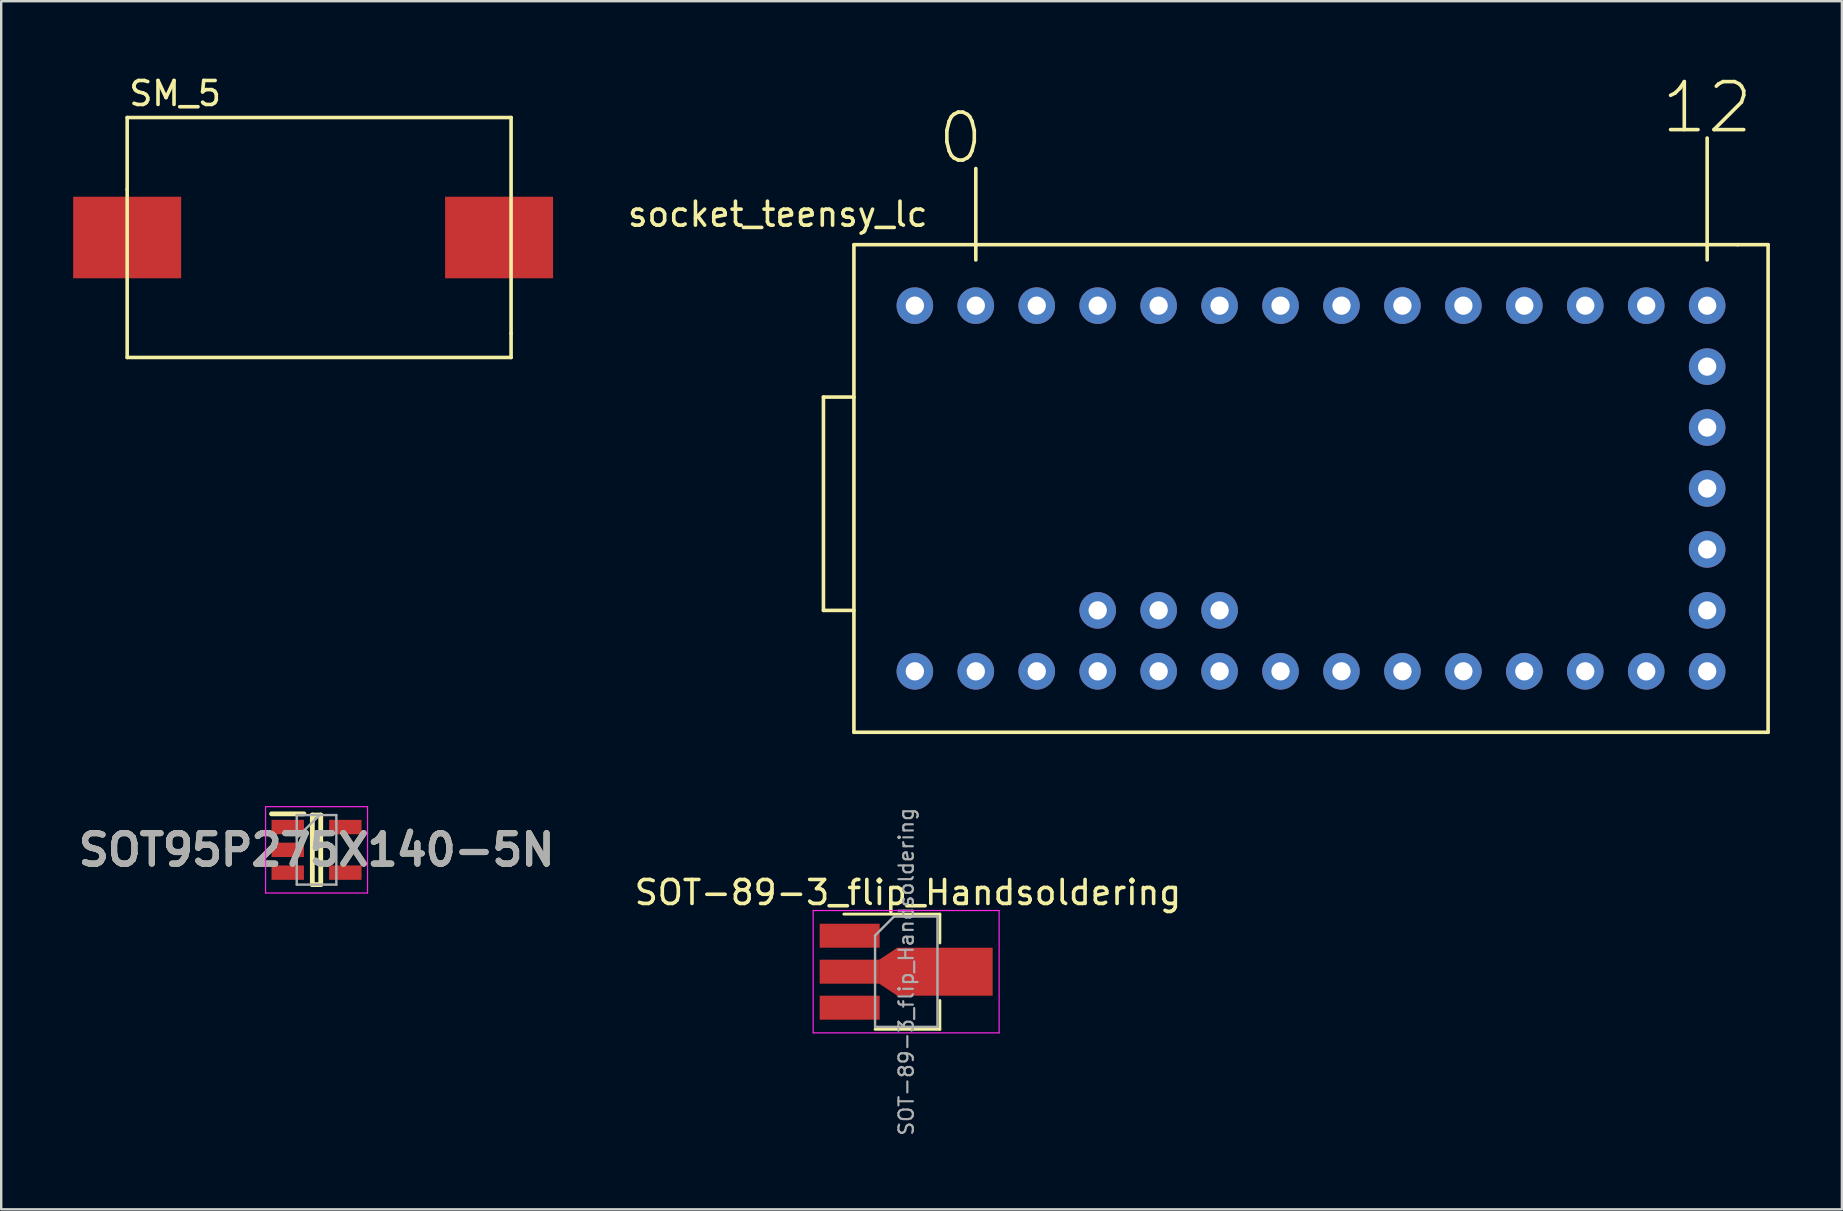
<source format=kicad_pcb>
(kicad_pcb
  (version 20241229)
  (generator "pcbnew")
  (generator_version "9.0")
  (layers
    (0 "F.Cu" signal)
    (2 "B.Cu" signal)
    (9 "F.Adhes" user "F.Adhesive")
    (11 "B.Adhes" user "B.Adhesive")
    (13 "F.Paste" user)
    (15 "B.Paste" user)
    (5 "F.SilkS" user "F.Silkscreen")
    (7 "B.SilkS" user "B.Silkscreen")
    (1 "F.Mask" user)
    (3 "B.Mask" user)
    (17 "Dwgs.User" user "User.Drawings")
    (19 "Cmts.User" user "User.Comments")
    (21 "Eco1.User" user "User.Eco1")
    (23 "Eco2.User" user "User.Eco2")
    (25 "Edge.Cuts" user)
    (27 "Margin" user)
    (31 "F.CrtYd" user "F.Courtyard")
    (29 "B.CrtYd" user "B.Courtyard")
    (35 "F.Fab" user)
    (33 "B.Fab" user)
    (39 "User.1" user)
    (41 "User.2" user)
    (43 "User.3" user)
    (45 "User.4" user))
  (footprint "SOT95P275X140-5N"
    (layer "F.Cu")
    (at 10.142 32.368)
    (property "Reference" "SOT95P275X140-5N" (at 0 0 0) (layer "F.SilkS") (effects (font (size 1.27 1.27) (thickness 0.254))))
    (attr smd)
    (fp_line (start -1.875 -1.5) (end -0.525 -1.5) (stroke (width 0.2) (type solid)) (layer "F.SilkS"))
    (fp_line (start -0.175 -1.45) (end 0.175 -1.45) (stroke (width 0.2) (type solid)) (layer "F.SilkS"))
    (fp_line (start -0.175 1.45) (end -0.175 -1.45) (stroke (width 0.2) (type solid)) (layer "F.SilkS"))
    (fp_line (start 0.175 -1.45) (end 0.175 1.45) (stroke (width 0.2) (type solid)) (layer "F.SilkS"))
    (fp_line (start 0.175 1.45) (end -0.175 1.45) (stroke (width 0.2) (type solid)) (layer "F.SilkS"))
    (fp_line (start -2.125 -1.8) (end 2.125 -1.8) (stroke (width 0.05) (type solid)) (layer "F.CrtYd"))
    (fp_line (start -2.125 1.8) (end -2.125 -1.8) (stroke (width 0.05) (type solid)) (layer "F.CrtYd"))
    (fp_line (start 2.125 -1.8) (end 2.125 1.8) (stroke (width 0.05) (type solid)) (layer "F.CrtYd"))
    (fp_line (start 2.125 1.8) (end -2.125 1.8) (stroke (width 0.05) (type solid)) (layer "F.CrtYd"))
    (fp_line (start -0.825 -1.45) (end 0.825 -1.45) (stroke (width 0.1) (type solid)) (layer "F.Fab"))
    (fp_line (start -0.825 -0.5) (end 0.125 -1.45) (stroke (width 0.1) (type solid)) (layer "F.Fab"))
    (fp_line (start -0.825 1.45) (end -0.825 -1.45) (stroke (width 0.1) (type solid)) (layer "F.Fab"))
    (fp_line (start 0.825 -1.45) (end 0.825 1.45) (stroke (width 0.1) (type solid)) (layer "F.Fab"))
    (fp_line (start 0.825 1.45) (end -0.825 1.45) (stroke (width 0.1) (type solid)) (layer "F.Fab"))
    (fp_text user "${REFERENCE}" (at 0 0 0) (layer "F.Fab") (effects (font (size 1.27 1.27) (thickness 0.254))))
    (pad "1" smd rect (at -1.2 -0.95 90) (size 0.6 1.35) (layers "F.Cu" "F.Mask" "F.Paste"))
    (pad "2" smd rect (at -1.2 0 90) (size 0.6 1.35) (layers "F.Cu" "F.Mask" "F.Paste"))
    (pad "3" smd rect (at -1.2 0.95 90) (size 0.6 1.35) (layers "F.Cu" "F.Mask" "F.Paste"))
    (pad "4" smd rect (at 1.2 0.95 90) (size 0.6 1.35) (layers "F.Cu" "F.Mask" "F.Paste"))
    (pad "5" smd rect (at 1.2 -0.95 90) (size 0.6 1.35) (layers "F.Cu" "F.Mask" "F.Paste")))
  (footprint "SOT-89-3_flip_Handsoldering"
    (layer "F.Cu")
    (at 34.34 37.447)
    (property "Reference" "SOT-89-3_flip_Handsoldering" (at 0.45 -3.3 0) (layer "F.SilkS") (effects (font (size 1 1) (thickness 0.15))))
    (attr smd)
    (fp_line (start -2.22 -2.4) (end 1.78 -2.4) (stroke (width 0.12) (type solid)) (layer "F.SilkS"))
    (fp_line (start 1.78 -2.4) (end 1.78 -1.2) (stroke (width 0.12) (type solid)) (layer "F.SilkS"))
    (fp_line (start 1.78 1.2) (end 1.78 2.4) (stroke (width 0.12) (type solid)) (layer "F.SilkS"))
    (fp_line (start 1.78 2.4) (end -0.92 2.4) (stroke (width 0.12) (type solid)) (layer "F.SilkS"))
    (fp_line (start -3.5 -2.55) (end -3.5 2.55) (stroke (width 0.05) (type solid)) (layer "F.CrtYd"))
    (fp_line (start -3.5 2.55) (end 4.25 2.55) (stroke (width 0.05) (type solid)) (layer "F.CrtYd"))
    (fp_line (start 4.25 -2.55) (end -3.5 -2.55) (stroke (width 0.05) (type solid)) (layer "F.CrtYd"))
    (fp_line (start 4.25 2.55) (end 4.25 -2.55) (stroke (width 0.05) (type solid)) (layer "F.CrtYd"))
    (fp_line (start -0.92 -1.51) (end -0.13 -2.3) (stroke (width 0.1) (type solid)) (layer "F.Fab"))
    (fp_line (start -0.92 2.3) (end -0.92 -1.51) (stroke (width 0.1) (type solid)) (layer "F.Fab"))
    (fp_line (start -0.13 -2.3) (end 1.68 -2.3) (stroke (width 0.1) (type solid)) (layer "F.Fab"))
    (fp_line (start 1.68 -2.3) (end 1.68 2.3) (stroke (width 0.1) (type solid)) (layer "F.Fab"))
    (fp_line (start 1.68 2.3) (end -0.92 2.3) (stroke (width 0.1) (type solid)) (layer "F.Fab"))
    (fp_text user "${REFERENCE}" (at 0.38 0 90) (layer "F.Fab") (effects (font (size 0.6 0.6) (thickness 0.09))))
    (pad "1" smd rect (at -1.98 1.5 270) (size 1 2.5) (layers "F.Cu" "F.Mask" "F.Paste"))
    (pad "2" smd rect (at -1.98 0 270) (size 1 2.5) (layers "F.Cu" "F.Mask" "F.Paste"))
    (pad "2" smd trapezoid (at -0.37 0 90) (size 1.5 0.75) (rect_delta 0 0.5) (layers "F.Cu" "F.Mask" "F.Paste"))
    (pad "2" smd rect (at 1.98 0 270) (size 2 4) (layers "F.Cu" "F.Mask" "F.Paste"))
    (pad "3" smd rect (at -1.98 -1.5 270) (size 1 2.5) (layers "F.Cu" "F.Mask" "F.Paste")))
  (footprint "SM_5"
    (layer "F.Cu")
    (at 2.25 6.848)
    (property "Reference" "SM_5" (at 2 -6 0) (layer "F.SilkS") (effects (font (size 1 1) (thickness 0.15))))
    (attr through_hole)
    (fp_line (start 0 -5) (end 16 -5) (stroke (width 0.15) (type solid)) (layer "F.SilkS"))
    (fp_line (start 0 -2) (end 0 -5) (stroke (width 0.15) (type solid)) (layer "F.SilkS"))
    (fp_line (start 0 5) (end 0 -2) (stroke (width 0.15) (type solid)) (layer "F.SilkS"))
    (fp_line (start 16 -5) (end 16 4) (stroke (width 0.15) (type solid)) (layer "F.SilkS"))
    (fp_line (start 16 4) (end 16 5) (stroke (width 0.15) (type solid)) (layer "F.SilkS"))
    (fp_line (start 16 5) (end 0 5) (stroke (width 0.15) (type solid)) (layer "F.SilkS"))
    (pad "1" smd rect (at 0 0) (size 4.5 3.4) (layers "F.Cu" "F.Mask" "F.Paste"))
    (pad "2" smd rect (at 15.5 0) (size 4.5 3.4) (layers "F.Cu" "F.Mask" "F.Paste")))
  (footprint "socket_teensy_lc"
    (layer "F.Cu")
    (at 35.078 9.688)
    (property "Reference" "socket_teensy_lc" (at -5.715 -3.81 0) (layer "F.SilkS") (effects (font (size 1 1) (thickness 0.15))))
    (attr through_hole)
    (fp_line (start -3.81 3.81) (end -2.54 3.81) (stroke (width 0.15) (type solid)) (layer "F.SilkS"))
    (fp_line (start -3.81 12.7) (end -3.81 3.81) (stroke (width 0.15) (type solid)) (layer "F.SilkS"))
    (fp_line (start -3.81 12.7) (end -2.54 12.7) (stroke (width 0.15) (type solid)) (layer "F.SilkS"))
    (fp_line (start -2.54 -2.54) (end -2.54 17.78) (stroke (width 0.15) (type solid)) (layer "F.SilkS"))
    (fp_line (start -2.54 17.78) (end 35.56 17.78) (stroke (width 0.15) (type solid)) (layer "F.SilkS"))
    (fp_line (start 2.54 -1.905) (end 2.54 -5.715) (stroke (width 0.15) (type solid)) (layer "F.SilkS"))
    (fp_line (start 33.02 -1.905) (end 33.02 -6.985) (stroke (width 0.15) (type solid)) (layer "F.SilkS"))
    (fp_line (start 34.29 -2.54) (end -2.54 -2.54) (stroke (width 0.15) (type solid)) (layer "F.SilkS"))
    (fp_line (start 35.56 -2.54) (end 34.29 -2.54) (stroke (width 0.15) (type solid)) (layer "F.SilkS"))
    (fp_line (start 35.56 17.78) (end 35.56 -2.54) (stroke (width 0.15) (type solid)) (layer "F.SilkS"))
    (fp_text user "12" (at 33.02 -8.255 0) (layer "F.SilkS") (effects (font (size 2 2) (thickness 0.15))))
    (fp_text user "0" (at 1.905 -6.985 0) (layer "F.SilkS") (effects (font (size 2 2) (thickness 0.15))))
    (pad "0" thru_hole circle (at 2.54 0) (size 1.524 1.524) (drill 0.762) (layers "*.Cu" "*.Mask"))
    (pad "1" thru_hole circle (at 5.08 0) (size 1.524 1.524) (drill 0.762) (layers "*.Cu" "*.Mask"))
    (pad "2" thru_hole circle (at 7.62 0) (size 1.524 1.524) (drill 0.762) (layers "*.Cu" "*.Mask"))
    (pad "3" thru_hole circle (at 10.16 0) (size 1.524 1.524) (drill 0.762) (layers "*.Cu" "*.Mask"))
    (pad "4" thru_hole circle (at 12.7 0) (size 1.524 1.524) (drill 0.762) (layers "*.Cu" "*.Mask"))
    (pad "5" thru_hole circle (at 15.24 0) (size 1.524 1.524) (drill 0.762) (layers "*.Cu" "*.Mask"))
    (pad "6" thru_hole circle (at 17.78 0) (size 1.524 1.524) (drill 0.762) (layers "*.Cu" "*.Mask"))
    (pad "7" thru_hole circle (at 20.32 0) (size 1.524 1.524) (drill 0.762) (layers "*.Cu" "*.Mask"))
    (pad "8" thru_hole circle (at 22.86 0) (size 1.524 1.524) (drill 0.762) (layers "*.Cu" "*.Mask"))
    (pad "9" thru_hole circle (at 25.4 0) (size 1.524 1.524) (drill 0.762) (layers "*.Cu" "*.Mask"))
    (pad "10" thru_hole circle (at 27.94 0) (size 1.524 1.524) (drill 0.762) (layers "*.Cu" "*.Mask"))
    (pad "11" thru_hole circle (at 30.48 0) (size 1.524 1.524) (drill 0.762) (layers "*.Cu" "*.Mask"))
    (pad "12" thru_hole circle (at 33.02 0) (size 1.524 1.524) (drill 0.762) (layers "*.Cu" "*.Mask"))
    (pad "13" thru_hole circle (at 33.02 15.24) (size 1.524 1.524) (drill 0.762) (layers "*.Cu" "*.Mask"))
    (pad "14" thru_hole circle (at 30.48 15.24) (size 1.524 1.524) (drill 0.762) (layers "*.Cu" "*.Mask"))
    (pad "15" thru_hole circle (at 27.94 15.24) (size 1.524 1.524) (drill 0.762) (layers "*.Cu" "*.Mask"))
    (pad "16" thru_hole circle (at 25.4 15.24) (size 1.524 1.524) (drill 0.762) (layers "*.Cu" "*.Mask"))
    (pad "17" thru_hole circle (at 22.86 15.24) (size 1.524 1.524) (drill 0.762) (layers "*.Cu" "*.Mask"))
    (pad "18" thru_hole circle (at 20.32 15.24) (size 1.524 1.524) (drill 0.762) (layers "*.Cu" "*.Mask"))
    (pad "19" thru_hole circle (at 17.78 15.24) (size 1.524 1.524) (drill 0.762) (layers "*.Cu" "*.Mask"))
    (pad "20" thru_hole circle (at 15.24 15.24) (size 1.524 1.524) (drill 0.762) (layers "*.Cu" "*.Mask"))
    (pad "21" thru_hole circle (at 12.7 15.24) (size 1.524 1.524) (drill 0.762) (layers "*.Cu" "*.Mask"))
    (pad "22" thru_hole circle (at 10.16 15.24) (size 1.524 1.524) (drill 0.762) (layers "*.Cu" "*.Mask"))
    (pad "23" thru_hole circle (at 7.62 15.24) (size 1.524 1.524) (drill 0.762) (layers "*.Cu" "*.Mask"))
    (pad "24" thru_hole circle (at 5.08 15.24) (size 1.524 1.524) (drill 0.762) (layers "*.Cu" "*.Mask"))
    (pad "25" thru_hole circle (at 2.54 15.24) (size 1.524 1.524) (drill 0.762) (layers "*.Cu" "*.Mask"))
    (pad "26" thru_hole circle (at 0 15.24) (size 1.524 1.524) (drill 0.762) (layers "*.Cu" "*.Mask"))
    (pad "27" thru_hole circle (at 0 0) (size 1.524 1.524) (drill 0.762) (layers "*.Cu" "*.Mask"))
    (pad "28" thru_hole circle (at 33.02 2.54) (size 1.524 1.524) (drill 0.762) (layers "*.Cu" "*.Mask"))
    (pad "29" thru_hole circle (at 33.02 5.08) (size 1.524 1.524) (drill 0.762) (layers "*.Cu" "*.Mask"))
    (pad "30" thru_hole circle (at 33.02 7.62) (size 1.524 1.524) (drill 0.762) (layers "*.Cu" "*.Mask"))
    (pad "31" thru_hole circle (at 33.02 10.16) (size 1.524 1.524) (drill 0.762) (layers "*.Cu" "*.Mask"))
    (pad "32" thru_hole circle (at 33.02 12.7) (size 1.524 1.524) (drill 0.762) (layers "*.Cu" "*.Mask"))
    (pad "33" thru_hole circle (at 7.62 12.7) (size 1.524 1.524) (drill 0.762) (layers "*.Cu" "*.Mask"))
    (pad "34" thru_hole circle (at 10.16 12.7) (size 1.524 1.524) (drill 0.762) (layers "*.Cu" "*.Mask"))
    (pad "35" thru_hole circle (at 12.7 12.7) (size 1.524 1.524) (drill 0.762) (layers "*.Cu" "*.Mask")))
  (gr_rect
    (start -3 -3)
    (end 73.713 47.35)
    (stroke (width 0.1) (type default))
    (fill no)
    (layer "Edge.Cuts")))
</source>
